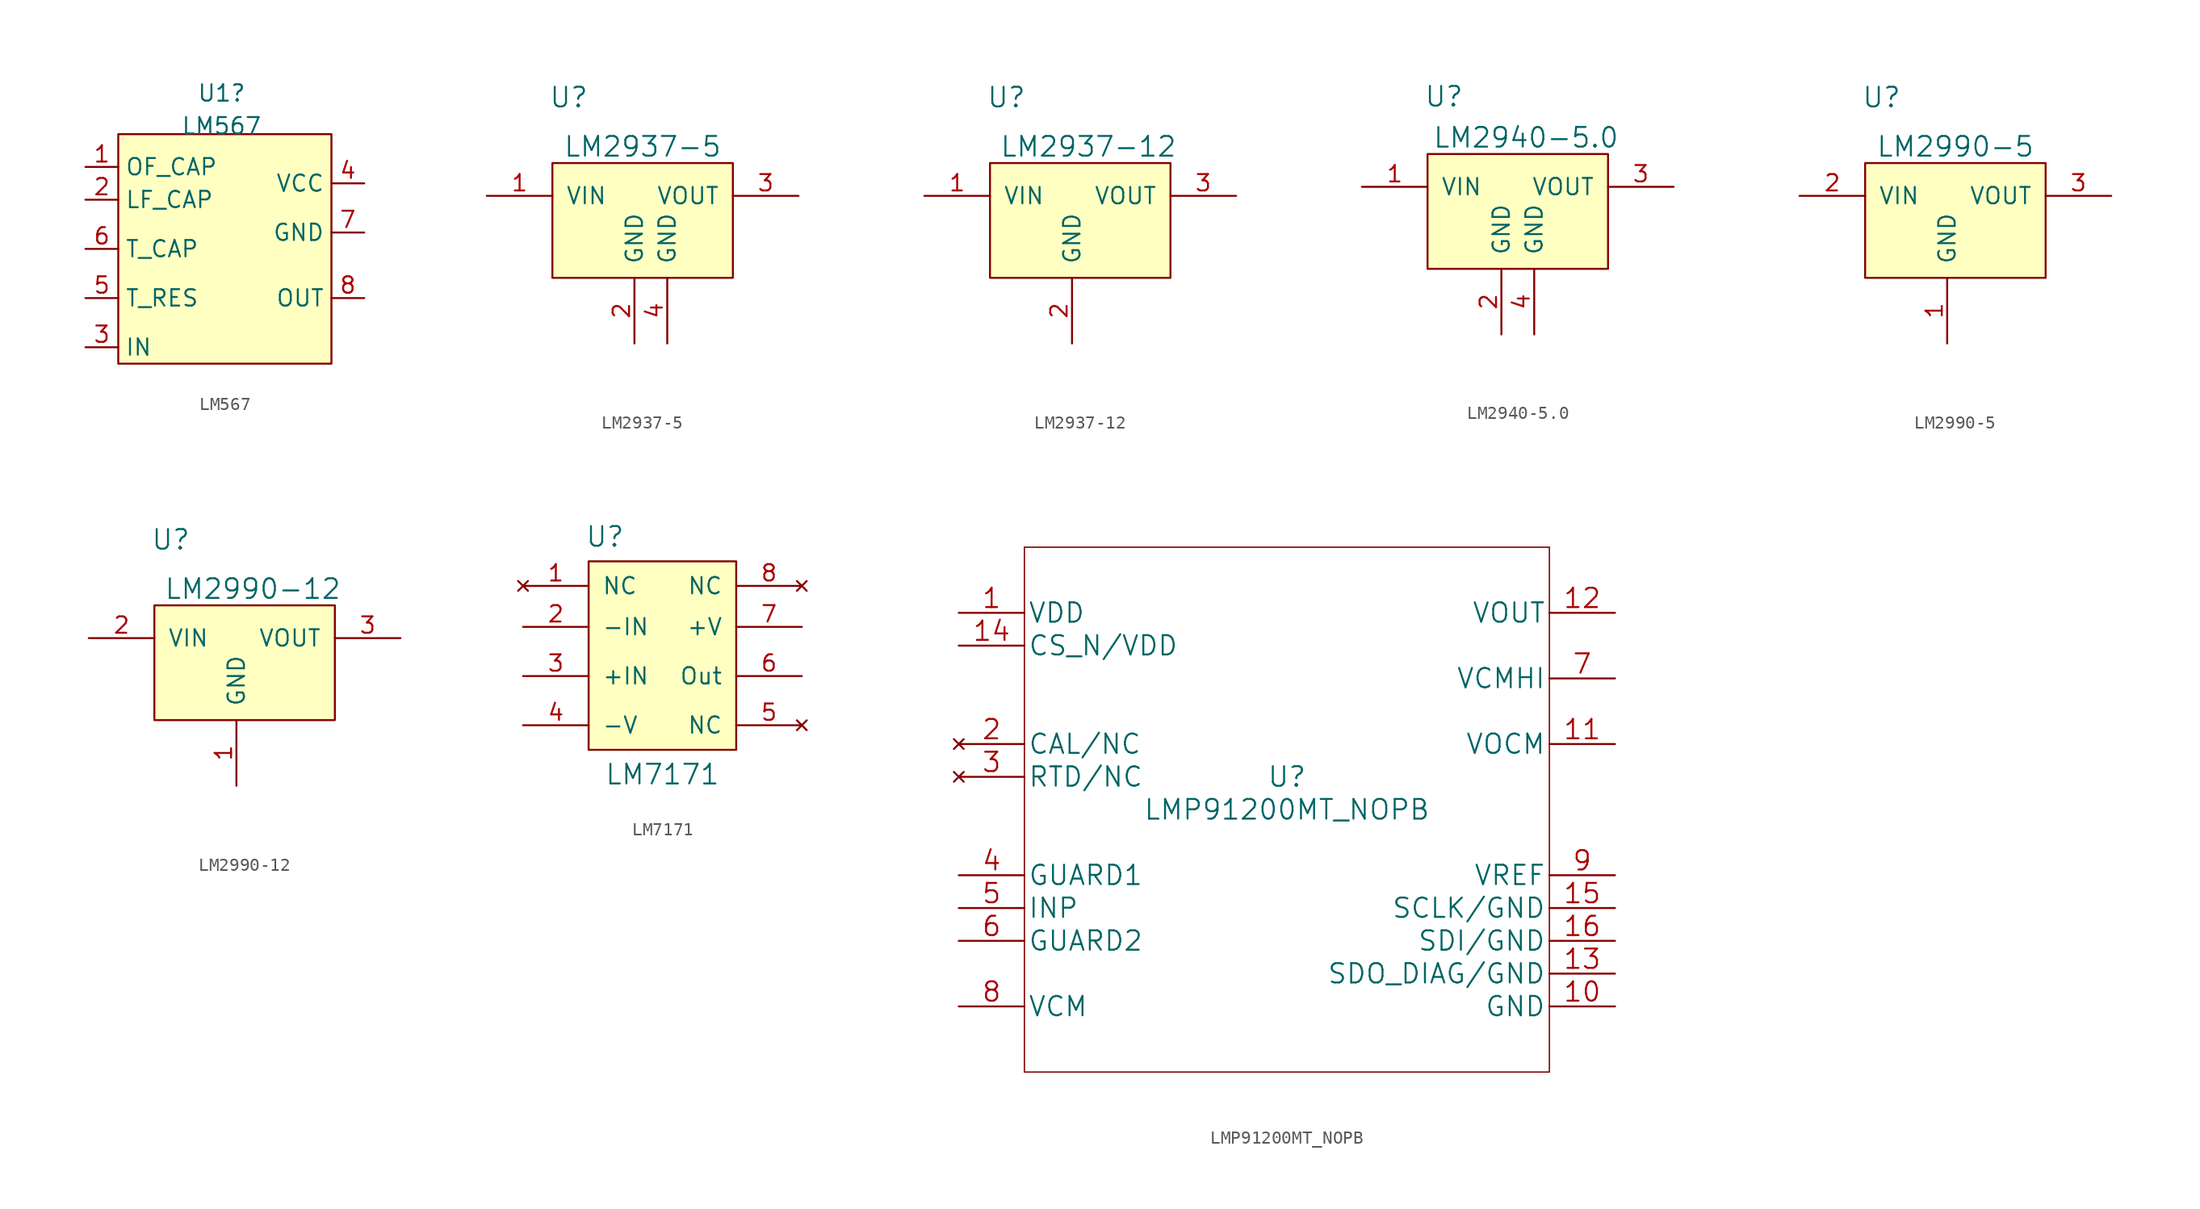
<source format=kicad_sym>
(kicad_symbol_lib
  (version 20220914)
  (generator kicad_symbol_editor)
  (symbol "LM567"
    (property "Reference" "U1"
      (at 0.381 12.065 0)
      (effects (font (size 1.27 1.27))))
    (property "Value" "LM567"
      (at 0.381 9.525 0)
      (effects (font (size 1.27 1.27))))
    (symbol "LM567_0_1"
      (rectangle (start -7.62 8.89) (end 8.89 -8.89) (stroke (width 0) (type default)) (fill (type background))))
    (symbol "LM567_1_1"
      (pin passive line (at -10.16 6.35 0) (length 2.54) (name "OF_CAP" (effects (font (size 1.27 1.27)))) (number "1" (effects (font (size 1.27 1.27)))))
      (pin passive line (at -10.16 3.81 0) (length 2.54) (name "LF_CAP" (effects (font (size 1.27 1.27)))) (number "2" (effects (font (size 1.27 1.27)))))
      (pin passive line (at -10.16 -7.62 0) (length 2.54) (name "IN" (effects (font (size 1.27 1.27)))) (number "3" (effects (font (size 1.27 1.27)))))
      (pin passive line (at 11.43 5.08 180) (length 2.54) (name "VCC" (effects (font (size 1.27 1.27)))) (number "4" (effects (font (size 1.27 1.27)))))
      (pin passive line (at -10.16 -3.81 0) (length 2.54) (name "T_RES" (effects (font (size 1.27 1.27)))) (number "5" (effects (font (size 1.27 1.27)))))
      (pin passive line (at -10.16 0 0) (length 2.54) (name "T_CAP" (effects (font (size 1.27 1.27)))) (number "6" (effects (font (size 1.27 1.27)))))
      (pin passive line (at 11.43 1.27 180) (length 2.54) (name "GND" (effects (font (size 1.27 1.27)))) (number "7" (effects (font (size 1.27 1.27)))))
      (pin passive line (at 11.43 -3.81 180) (length 2.54) (name "OUT" (effects (font (size 1.27 1.27)))) (number "8" (effects (font (size 1.27 1.27)))))))
  (symbol "LM2937-5"
    (pin_names
      (offset 1.016))
    (property "Reference" "U"
      (at -12.7 13.97 0)
      (effects (font (size 1.524 1.524))))
    (property "Value" "LM2937-5"
      (at -6.985 10.16 0)
      (effects (font (size 1.524 1.524))))
    (property "Footprint" ""
      (at -8.89 -7.62 0)
      (effects (font (size 1.524 1.524))))
    (property "Datasheet" ""
      (at -8.89 -7.62 0)
      (effects (font (size 1.524 1.524))))
    (symbol "LM2937-5_0_1"
      (rectangle (start -13.97 8.89) (end 0 0) (stroke (width 0) (type solid)) (fill (type background))))
    (symbol "LM2937-5_1_1"
      (pin passive line (at -19.05 6.35 0) (length 5.08) (name "VIN" (effects (font (size 1.27 1.27)))) (number "1" (effects (font (size 1.27 1.27)))))
      (pin passive line (at -7.62 -5.08 90) (length 5.08) (name "GND" (effects (font (size 1.27 1.27)))) (number "2" (effects (font (size 1.27 1.27)))))
      (pin passive line (at 5.08 6.35 180) (length 5.08) (name "VOUT" (effects (font (size 1.27 1.27)))) (number "3" (effects (font (size 1.27 1.27)))))
      (pin input line (at -5.08 -5.08 90) (length 5.08) (name "GND" (effects (font (size 1.27 1.27)))) (number "4" (effects (font (size 1.27 1.27)))))))
  (symbol "LM2937-12"
    (pin_names
      (offset 1.016))
    (property "Reference" "U"
      (at -12.7 13.97 0)
      (effects (font (size 1.524 1.524))))
    (property "Value" "LM2937-12"
      (at -6.35 10.16 0)
      (effects (font (size 1.524 1.524))))
    (property "Footprint" ""
      (at -8.89 -7.62 0)
      (effects (font (size 1.524 1.524))))
    (property "Datasheet" ""
      (at -8.89 -7.62 0)
      (effects (font (size 1.524 1.524))))
    (symbol "LM2937-12_0_1"
      (rectangle (start -13.97 8.89) (end 0 0) (stroke (width 0) (type solid)) (fill (type background))))
    (symbol "LM2937-12_1_1"
      (pin passive line (at -19.05 6.35 0) (length 5.08) (name "VIN" (effects (font (size 1.27 1.27)))) (number "1" (effects (font (size 1.27 1.27)))))
      (pin passive line (at -7.62 -5.08 90) (length 5.08) (name "GND" (effects (font (size 1.27 1.27)))) (number "2" (effects (font (size 1.27 1.27)))))
      (pin passive line (at 5.08 6.35 180) (length 5.08) (name "VOUT" (effects (font (size 1.27 1.27)))) (number "3" (effects (font (size 1.27 1.27)))))))
  (symbol "LM2940-5.0"
    (pin_names
      (offset 1.016))
    (property "Reference" "U"
      (at -12.7 13.335 0)
      (effects (font (size 1.524 1.524))))
    (property "Value" "LM2940-5.0"
      (at -6.35 10.16 0)
      (effects (font (size 1.524 1.524))))
    (property "Footprint" ""
      (at -8.89 -7.62 0)
      (effects (font (size 1.524 1.524))))
    (property "Datasheet" ""
      (at -8.89 -7.62 0)
      (effects (font (size 1.524 1.524))))
    (symbol "LM2940-5.0_0_1"
      (rectangle (start -13.97 8.89) (end 0 0) (stroke (width 0) (type solid)) (fill (type background))))
    (symbol "LM2940-5.0_1_1"
      (pin passive line (at -19.05 6.35 0) (length 5.08) (name "VIN" (effects (font (size 1.27 1.27)))) (number "1" (effects (font (size 1.27 1.27)))))
      (pin passive line (at -8.255 -5.08 90) (length 5.08) (name "GND" (effects (font (size 1.27 1.27)))) (number "2" (effects (font (size 1.27 1.27)))))
      (pin passive line (at 5.08 6.35 180) (length 5.08) (name "VOUT" (effects (font (size 1.27 1.27)))) (number "3" (effects (font (size 1.27 1.27)))))
      (pin passive line (at -5.715 -5.08 90) (length 5.08) (name "GND" (effects (font (size 1.27 1.27)))) (number "4" (effects (font (size 1.27 1.27)))))))
  (symbol "LM2990-5"
    (pin_names
      (offset 1.016))
    (property "Reference" "U"
      (at -12.7 13.97 0)
      (effects (font (size 1.524 1.524))))
    (property "Value" "LM2990-5"
      (at -6.985 10.16 0)
      (effects (font (size 1.524 1.524))))
    (property "Footprint" ""
      (at -8.89 -7.62 0)
      (effects (font (size 1.524 1.524))))
    (property "Datasheet" ""
      (at -8.89 -7.62 0)
      (effects (font (size 1.524 1.524))))
    (symbol "LM2990-5_0_1"
      (rectangle (start -13.97 8.89) (end 0 0) (stroke (width 0) (type solid)) (fill (type background))))
    (symbol "LM2990-5_1_1"
      (pin passive line (at -7.62 -5.08 90) (length 5.08) (name "GND" (effects (font (size 1.27 1.27)))) (number "1" (effects (font (size 1.27 1.27)))))
      (pin passive line (at -19.05 6.35 0) (length 5.08) (name "VIN" (effects (font (size 1.27 1.27)))) (number "2" (effects (font (size 1.27 1.27)))))
      (pin passive line (at 5.08 6.35 180) (length 5.08) (name "VOUT" (effects (font (size 1.27 1.27)))) (number "3" (effects (font (size 1.27 1.27)))))))
  (symbol "LM2990-12"
    (pin_names
      (offset 1.016))
    (property "Reference" "U"
      (at -12.7 13.97 0)
      (effects (font (size 1.524 1.524))))
    (property "Value" "LM2990-12"
      (at -6.35 10.16 0)
      (effects (font (size 1.524 1.524))))
    (property "Footprint" ""
      (at -8.89 -7.62 0)
      (effects (font (size 1.524 1.524))))
    (property "Datasheet" ""
      (at -8.89 -7.62 0)
      (effects (font (size 1.524 1.524))))
    (symbol "LM2990-12_0_1"
      (rectangle (start -13.97 8.89) (end 0 0) (stroke (width 0) (type solid)) (fill (type background))))
    (symbol "LM2990-12_1_1"
      (pin passive line (at -7.62 -5.08 90) (length 5.08) (name "GND" (effects (font (size 1.27 1.27)))) (number "1" (effects (font (size 1.27 1.27)))))
      (pin passive line (at -19.05 6.35 0) (length 5.08) (name "VIN" (effects (font (size 1.27 1.27)))) (number "2" (effects (font (size 1.27 1.27)))))
      (pin passive line (at 5.08 6.35 180) (length 5.08) (name "VOUT" (effects (font (size 1.27 1.27)))) (number "3" (effects (font (size 1.27 1.27)))))))
  (symbol "LM7171"
    (pin_names
      (offset 1.016))
    (property "Reference" "U"
      (at -4.445 8.89 0)
      (effects (font (size 1.524 1.524))))
    (property "Value" "LM7171"
      (at 0 -9.525 0)
      (effects (font (size 1.524 1.524))))
    (property "Footprint" ""
      (at -1.27 -6.35 0)
      (effects (font (size 1.524 1.524))))
    (property "Datasheet" ""
      (at -1.27 -6.35 0)
      (effects (font (size 1.524 1.524))))
    (symbol "LM7171_0_1"
      (rectangle (start -5.715 6.985) (end 5.715 -7.62) (stroke (width 0) (type solid)) (fill (type background))))
    (symbol "LM7171_1_1"
      (pin no_connect line (at -10.795 5.08 0) (length 5.08) (name "NC" (effects (font (size 1.27 1.27)))) (number "1" (effects (font (size 1.27 1.27)))))
      (pin input line (at -10.795 1.905 0) (length 5.08) (name "-IN" (effects (font (size 1.27 1.27)))) (number "2" (effects (font (size 1.27 1.27)))))
      (pin input line (at -10.795 -1.905 0) (length 5.08) (name "+IN" (effects (font (size 1.27 1.27)))) (number "3" (effects (font (size 1.27 1.27)))))
      (pin input line (at -10.795 -5.715 0) (length 5.08) (name "-V" (effects (font (size 1.27 1.27)))) (number "4" (effects (font (size 1.27 1.27)))))
      (pin no_connect line (at 10.795 -5.715 180) (length 5.08) (name "NC" (effects (font (size 1.27 1.27)))) (number "5" (effects (font (size 1.27 1.27)))))
      (pin input line (at 10.795 -1.905 180) (length 5.08) (name "Out" (effects (font (size 1.27 1.27)))) (number "6" (effects (font (size 1.27 1.27)))))
      (pin input line (at 10.795 1.905 180) (length 5.08) (name "+V" (effects (font (size 1.27 1.27)))) (number "7" (effects (font (size 1.27 1.27)))))
      (pin no_connect line (at 10.795 5.08 180) (length 5.08) (name "NC" (effects (font (size 1.27 1.27)))) (number "8" (effects (font (size 1.27 1.27)))))))
  (symbol "LMP91200MT_NOPB"
    (pin_names
      (offset 0.254))
    (property "Reference" "U"
      (at 0 2.54 0)
      (effects (font (size 1.524 1.524))))
    (property "Value" "LMP91200MT_NOPB"
      (at 0 0 0)
      (effects (font (size 1.524 1.524))))
    (property "Datasheet" ""
      (at 0 0 0)
      (effects (font (size 1.524 1.524))))
    (symbol "LMP91200MT_NOPB_1_1"
      (polyline (pts (xy -20.32 -20.32) (xy 20.32 -20.32)) (stroke (width 0.102) (type solid)) (fill (type none)))
      (polyline (pts (xy -20.32 20.32) (xy -20.32 -20.32)) (stroke (width 0.102) (type solid)) (fill (type none)))
      (polyline (pts (xy 20.32 -20.32) (xy 20.32 20.32)) (stroke (width 0.102) (type solid)) (fill (type none)))
      (polyline (pts (xy 20.32 20.32) (xy -20.32 20.32)) (stroke (width 0.102) (type solid)) (fill (type none)))
      (pin power_in line (at -25.4 15.24 0) (length 5.08) (name "VDD" (effects (font (size 1.499 1.499)))) (number "1" (effects (font (size 1.499 1.499)))))
      (pin power_in line (at 25.4 -15.24 180) (length 5.08) (name "GND" (effects (font (size 1.499 1.499)))) (number "10" (effects (font (size 1.499 1.499)))))
      (pin power_in line (at 25.4 5.08 180) (length 5.08) (name "VOCM" (effects (font (size 1.499 1.499)))) (number "11" (effects (font (size 1.499 1.499)))))
      (pin output line (at 25.4 15.24 180) (length 5.08) (name "VOUT" (effects (font (size 1.499 1.499)))) (number "12" (effects (font (size 1.499 1.499)))))
      (pin power_in line (at 25.4 -12.7 180) (length 5.08) (name "SDO_DIAG/GND" (effects (font (size 1.499 1.499)))) (number "13" (effects (font (size 1.499 1.499)))))
      (pin input line (at -25.4 12.7 0) (length 5.08) (name "CS_N/VDD" (effects (font (size 1.499 1.499)))) (number "14" (effects (font (size 1.499 1.499)))))
      (pin power_in line (at 25.4 -7.62 180) (length 5.08) (name "SCLK/GND" (effects (font (size 1.499 1.499)))) (number "15" (effects (font (size 1.499 1.499)))))
      (pin power_in line (at 25.4 -10.16 180) (length 5.08) (name "SDI/GND" (effects (font (size 1.499 1.499)))) (number "16" (effects (font (size 1.499 1.499)))))
      (pin no_connect line (at -25.4 5.08 0) (length 5.08) (name "CAL/NC" (effects (font (size 1.499 1.499)))) (number "2" (effects (font (size 1.499 1.499)))))
      (pin no_connect line (at -25.4 2.54 0) (length 5.08) (name "RTD/NC" (effects (font (size 1.499 1.499)))) (number "3" (effects (font (size 1.499 1.499)))))
      (pin unspecified line (at -25.4 -5.08 0) (length 5.08) (name "GUARD1" (effects (font (size 1.499 1.499)))) (number "4" (effects (font (size 1.499 1.499)))))
      (pin input line (at -25.4 -7.62 0) (length 5.08) (name "INP" (effects (font (size 1.499 1.499)))) (number "5" (effects (font (size 1.499 1.499)))))
      (pin unspecified line (at -25.4 -10.16 0) (length 5.08) (name "GUARD2" (effects (font (size 1.499 1.499)))) (number "6" (effects (font (size 1.499 1.499)))))
      (pin tri_state line (at 25.4 10.16 180) (length 5.08) (name "VCMHI" (effects (font (size 1.499 1.499)))) (number "7" (effects (font (size 1.499 1.499)))))
      (pin output line (at -25.4 -15.24 0) (length 5.08) (name "VCM" (effects (font (size 1.499 1.499)))) (number "8" (effects (font (size 1.499 1.499)))))
      (pin input line (at 25.4 -5.08 180) (length 5.08) (name "VREF" (effects (font (size 1.499 1.499)))) (number "9" (effects (font (size 1.499 1.499))))))))
</source>
